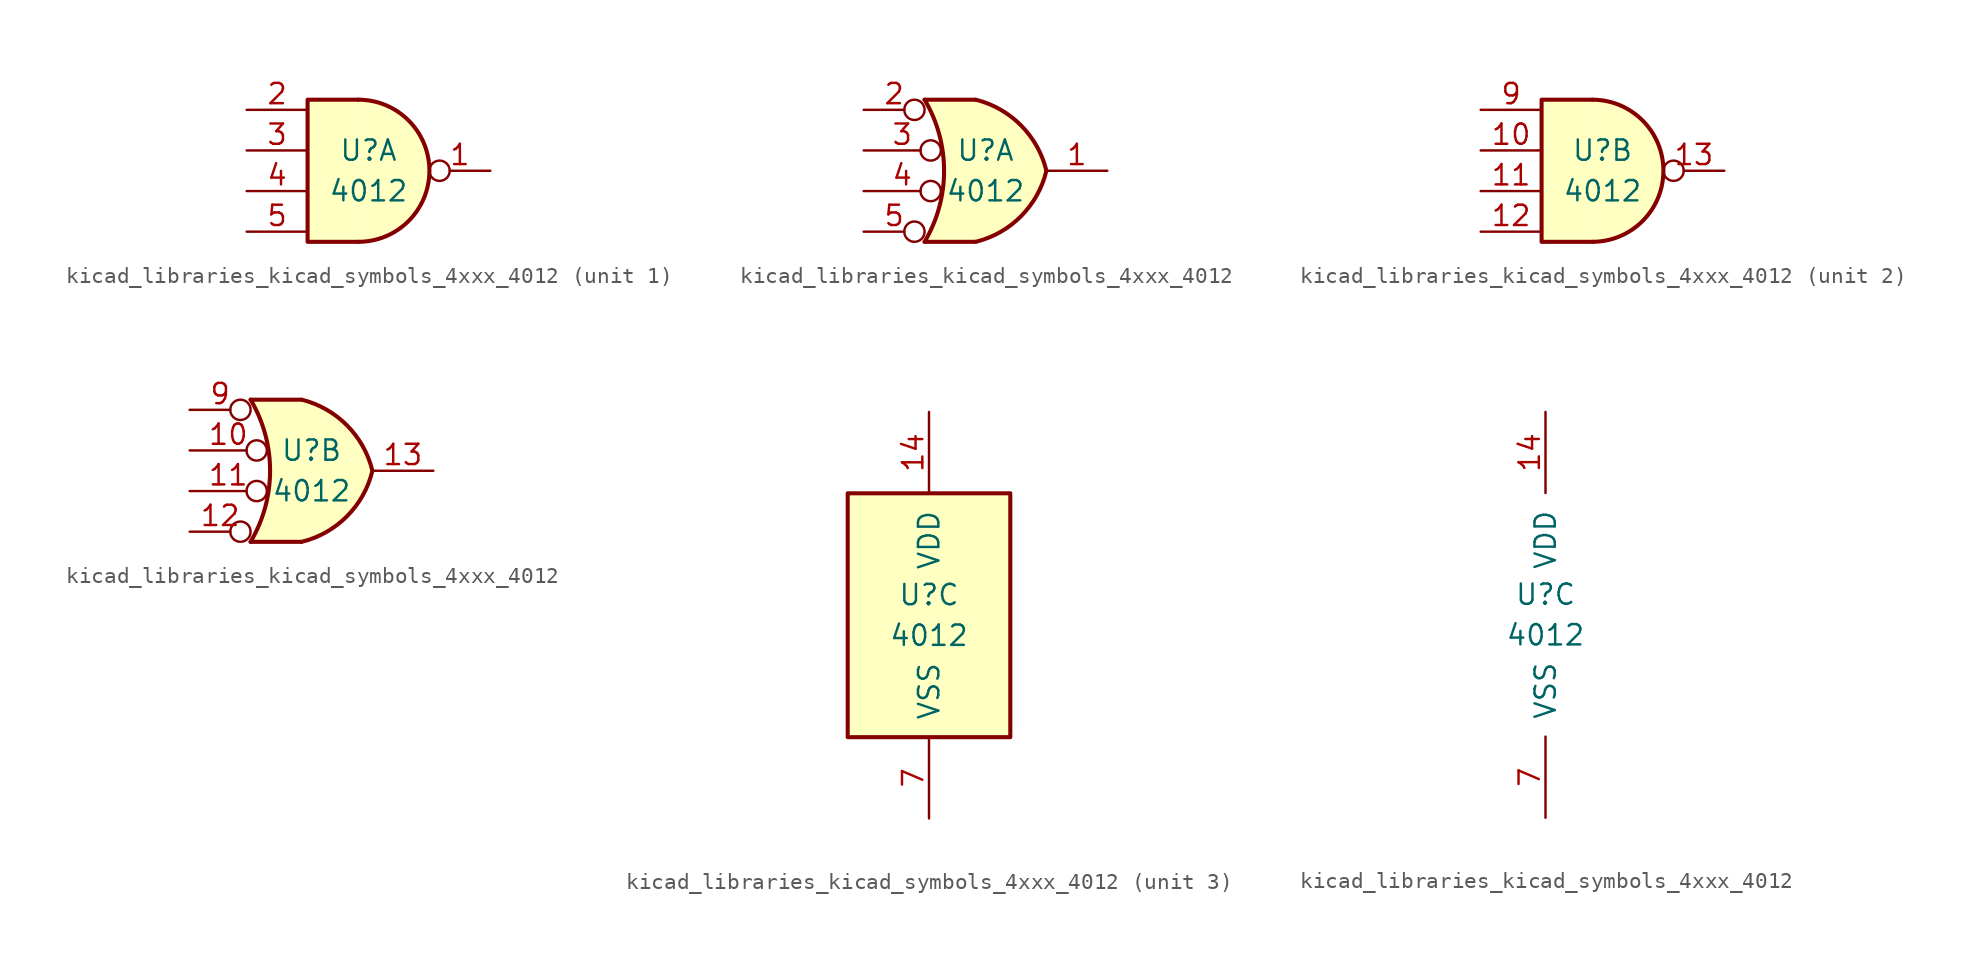
<source format=kicad_sym>
(kicad_symbol_lib
  (version 20220914)
  (generator kicad_symbol_editor)
  (symbol "kicad_libraries_kicad_symbols_4xxx_4012"
    (pin_names
      (offset 1.016))
    (property "Reference" "U"
      (at 0 1.27 0)
      (effects (font (size 1.27 1.27))))
    (property "Value" "4012"
      (at 0 -1.27 0)
      (effects (font (size 1.27 1.27))))
    (property "ki_locked" ""
      (at 0 0 0)
      (effects (font (size 1.27 1.27))))
    (symbol "kicad_libraries_kicad_symbols_4xxx_4012_1_1"
      (arc (start -0.635 -4.445) (mid 3.7907 0) (end -0.635 4.445) (stroke (width 0.254) (type default)) (fill (type background)))
      (polyline (pts (xy -0.635 4.445) (xy -3.81 4.445) (xy -3.81 -4.445) (xy -0.635 -4.445)) (stroke (width 0.254) (type default)) (fill (type background)))
      (pin output inverted (at 7.62 0 180) (length 3.81) (name "~" (effects (font (size 1.27 1.27)))) (number "1" (effects (font (size 1.27 1.27)))))
      (pin input line (at -7.62 3.81 0) (length 3.81) (name "~" (effects (font (size 1.27 1.27)))) (number "2" (effects (font (size 1.27 1.27)))))
      (pin input line (at -7.62 1.27 0) (length 3.81) (name "~" (effects (font (size 1.27 1.27)))) (number "3" (effects (font (size 1.27 1.27)))))
      (pin input line (at -7.62 -1.27 0) (length 3.81) (name "~" (effects (font (size 1.27 1.27)))) (number "4" (effects (font (size 1.27 1.27)))))
      (pin input line (at -7.62 -3.81 0) (length 3.81) (name "~" (effects (font (size 1.27 1.27)))) (number "5" (effects (font (size 1.27 1.27))))))
    (symbol "kicad_libraries_kicad_symbols_4xxx_4012_1_2"
      (arc (start -3.81 -4.445) (mid -2.5908 0) (end -3.81 4.445) (stroke (width 0.254) (type default)) (fill (type none)))
      (arc (start -0.6096 -4.445) (mid 2.2246 -2.8422) (end 3.81 0) (stroke (width 0.254) (type default)) (fill (type background)))
      (polyline (pts (xy -3.81 -4.445) (xy -0.635 -4.445)) (stroke (width 0.254) (type default)) (fill (type background)))
      (polyline (pts (xy -3.81 4.445) (xy -0.635 4.445)) (stroke (width 0.254) (type default)) (fill (type background)))
      (polyline (pts (xy -0.635 4.445) (xy -3.81 4.445) (xy -3.81 4.445) (xy -3.632 4.089) (xy -3.099 2.921) (xy -2.769 1.676) (xy -2.616 0.432) (xy -2.642 -0.864) (xy -2.87 -2.108) (xy -3.251 -3.327) (xy -3.81 -4.445) (xy -3.81 -4.445) (xy -0.635 -4.445)) (stroke (width -25.4) (type default)) (fill (type background)))
      (arc (start 3.81 0) (mid 2.2204 2.8379) (end -0.6096 4.445) (stroke (width 0.254) (type default)) (fill (type background)))
      (pin output line (at 7.62 0 180) (length 3.81) (name "~" (effects (font (size 1.27 1.27)))) (number "1" (effects (font (size 1.27 1.27)))))
      (pin input inverted (at -7.62 3.81 0) (length 3.81) (name "~" (effects (font (size 1.27 1.27)))) (number "2" (effects (font (size 1.27 1.27)))))
      (pin input inverted (at -7.62 1.27 0) (length 4.826) (name "~" (effects (font (size 1.27 1.27)))) (number "3" (effects (font (size 1.27 1.27)))))
      (pin input inverted (at -7.62 -1.27 0) (length 4.826) (name "~" (effects (font (size 1.27 1.27)))) (number "4" (effects (font (size 1.27 1.27)))))
      (pin input inverted (at -7.62 -3.81 0) (length 3.81) (name "~" (effects (font (size 1.27 1.27)))) (number "5" (effects (font (size 1.27 1.27))))))
    (symbol "kicad_libraries_kicad_symbols_4xxx_4012_2_1"
      (arc (start -0.635 -4.445) (mid 3.7907 0) (end -0.635 4.445) (stroke (width 0.254) (type default)) (fill (type background)))
      (polyline (pts (xy -0.635 4.445) (xy -3.81 4.445) (xy -3.81 -4.445) (xy -0.635 -4.445)) (stroke (width 0.254) (type default)) (fill (type background)))
      (pin input line (at -7.62 1.27 0) (length 3.81) (name "~" (effects (font (size 1.27 1.27)))) (number "10" (effects (font (size 1.27 1.27)))))
      (pin input line (at -7.62 -1.27 0) (length 3.81) (name "~" (effects (font (size 1.27 1.27)))) (number "11" (effects (font (size 1.27 1.27)))))
      (pin input line (at -7.62 -3.81 0) (length 3.81) (name "~" (effects (font (size 1.27 1.27)))) (number "12" (effects (font (size 1.27 1.27)))))
      (pin output inverted (at 7.62 0 180) (length 3.81) (name "~" (effects (font (size 1.27 1.27)))) (number "13" (effects (font (size 1.27 1.27)))))
      (pin input line (at -7.62 3.81 0) (length 3.81) (name "~" (effects (font (size 1.27 1.27)))) (number "9" (effects (font (size 1.27 1.27))))))
    (symbol "kicad_libraries_kicad_symbols_4xxx_4012_2_2"
      (arc (start -3.81 -4.445) (mid -2.5908 0) (end -3.81 4.445) (stroke (width 0.254) (type default)) (fill (type none)))
      (arc (start -0.6096 -4.445) (mid 2.2246 -2.8422) (end 3.81 0) (stroke (width 0.254) (type default)) (fill (type background)))
      (polyline (pts (xy -3.81 -4.445) (xy -0.635 -4.445)) (stroke (width 0.254) (type default)) (fill (type background)))
      (polyline (pts (xy -3.81 4.445) (xy -0.635 4.445)) (stroke (width 0.254) (type default)) (fill (type background)))
      (polyline (pts (xy -0.635 4.445) (xy -3.81 4.445) (xy -3.81 4.445) (xy -3.632 4.089) (xy -3.099 2.921) (xy -2.769 1.676) (xy -2.616 0.432) (xy -2.642 -0.864) (xy -2.87 -2.108) (xy -3.251 -3.327) (xy -3.81 -4.445) (xy -3.81 -4.445) (xy -0.635 -4.445)) (stroke (width -25.4) (type default)) (fill (type background)))
      (arc (start 3.81 0) (mid 2.2204 2.8379) (end -0.6096 4.445) (stroke (width 0.254) (type default)) (fill (type background)))
      (pin input inverted (at -7.62 1.27 0) (length 4.826) (name "~" (effects (font (size 1.27 1.27)))) (number "10" (effects (font (size 1.27 1.27)))))
      (pin input inverted (at -7.62 -1.27 0) (length 4.826) (name "~" (effects (font (size 1.27 1.27)))) (number "11" (effects (font (size 1.27 1.27)))))
      (pin input inverted (at -7.62 -3.81 0) (length 3.81) (name "~" (effects (font (size 1.27 1.27)))) (number "12" (effects (font (size 1.27 1.27)))))
      (pin output line (at 7.62 0 180) (length 3.81) (name "~" (effects (font (size 1.27 1.27)))) (number "13" (effects (font (size 1.27 1.27)))))
      (pin input inverted (at -7.62 3.81 0) (length 3.81) (name "~" (effects (font (size 1.27 1.27)))) (number "9" (effects (font (size 1.27 1.27))))))
    (symbol "kicad_libraries_kicad_symbols_4xxx_4012_3_0"
      (pin power_in line (at 0 12.7 270) (length 5.08) (name "VDD" (effects (font (size 1.27 1.27)))) (number "14" (effects (font (size 1.27 1.27)))))
      (pin power_in line (at 0 -12.7 90) (length 5.08) (name "VSS" (effects (font (size 1.27 1.27)))) (number "7" (effects (font (size 1.27 1.27))))))
    (symbol "kicad_libraries_kicad_symbols_4xxx_4012_3_1"
      (rectangle (start -5.08 7.62) (end 5.08 -7.62) (stroke (width 0.254) (type default)) (fill (type background))))))
</source>
